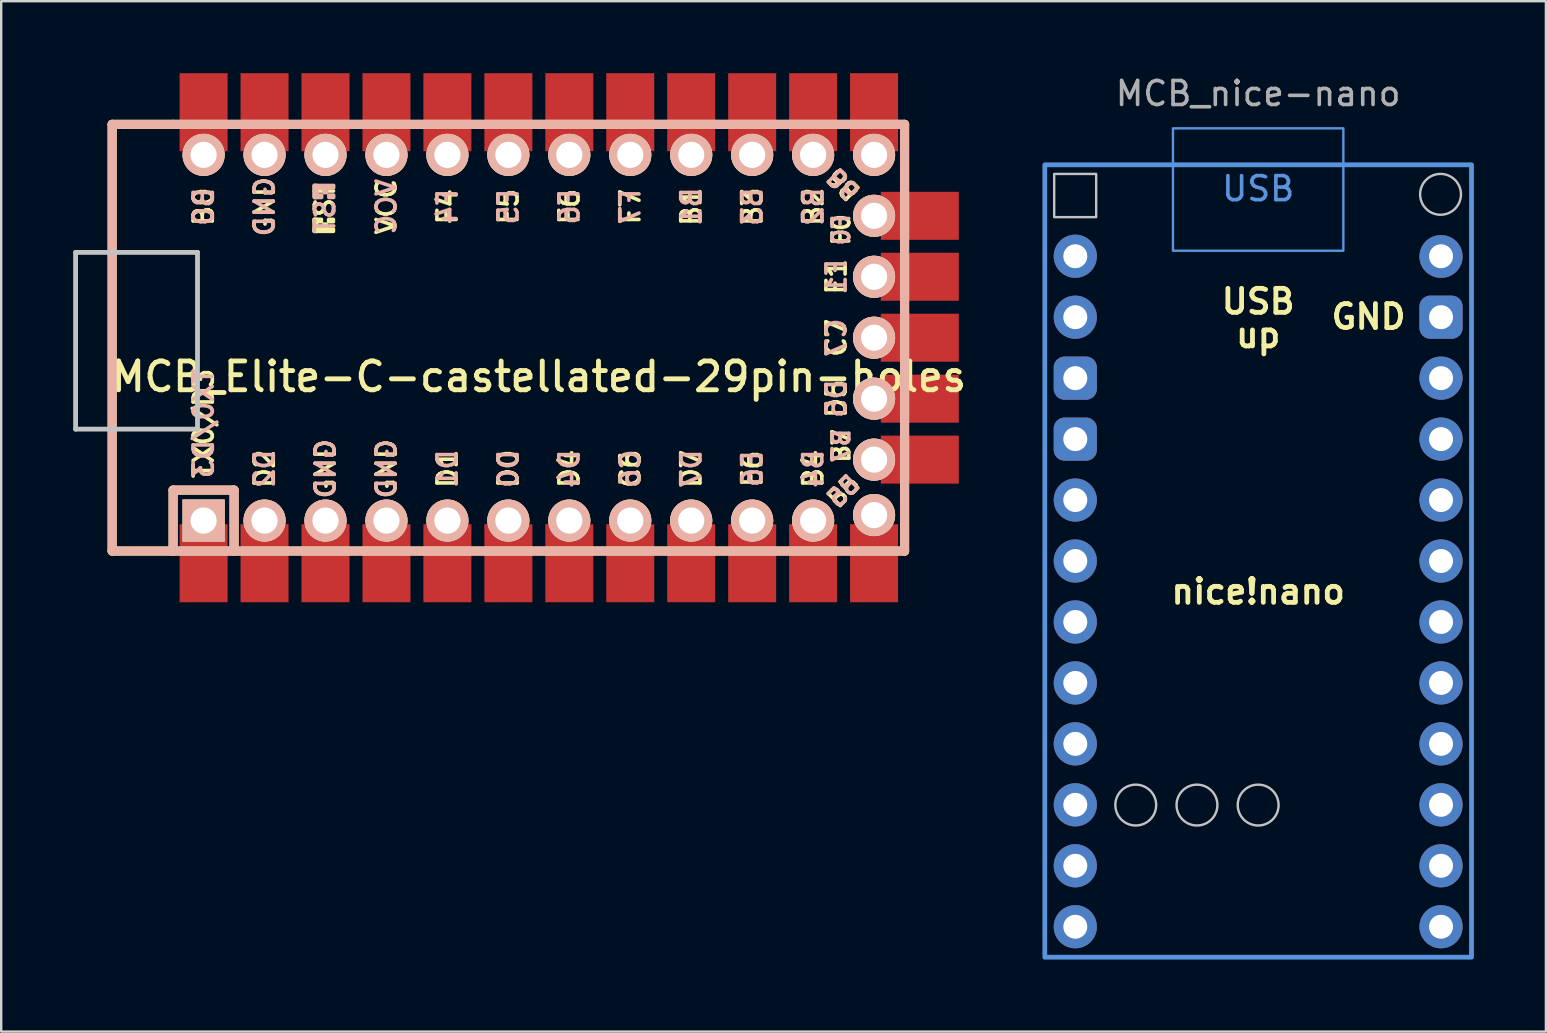
<source format=kicad_pcb>
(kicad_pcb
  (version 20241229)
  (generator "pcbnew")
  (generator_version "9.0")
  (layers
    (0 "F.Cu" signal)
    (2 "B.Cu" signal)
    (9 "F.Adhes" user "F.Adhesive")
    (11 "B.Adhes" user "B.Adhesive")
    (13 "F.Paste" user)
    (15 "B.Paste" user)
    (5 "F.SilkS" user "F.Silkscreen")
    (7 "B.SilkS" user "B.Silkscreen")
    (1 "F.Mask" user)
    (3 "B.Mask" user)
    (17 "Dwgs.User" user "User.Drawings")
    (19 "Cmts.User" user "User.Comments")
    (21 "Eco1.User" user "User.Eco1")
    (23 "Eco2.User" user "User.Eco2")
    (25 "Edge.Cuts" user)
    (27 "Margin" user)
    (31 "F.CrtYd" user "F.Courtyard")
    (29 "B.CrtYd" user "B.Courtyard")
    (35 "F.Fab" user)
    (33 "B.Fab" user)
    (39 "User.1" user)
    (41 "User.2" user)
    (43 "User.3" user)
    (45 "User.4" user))
  (footprint "MCB_nice-nano"
    (layer "F.Cu")
    (at 49.379 21.598)
    (property "Reference" "MCB_nice-nano" (at 0 -20.75 0) (layer "F.Fab") (effects (font (size 1 1) (thickness 0.15))))
    (attr through_hole exclude_from_pos_files exclude_from_bom)
    (fp_rect (start -8.5 -17.4) (end -6.75 -15.6) (stroke (width 0.1) (type solid)) (fill no) (layer "Dwgs.User"))
    (fp_circle (center -5.101 8.9) (end -4.25 8.9) (stroke (width 0.1) (type solid)) (fill no) (layer "Dwgs.User"))
    (fp_circle (center -2.55 8.9) (end -1.699 8.9) (stroke (width 0.1) (type solid)) (fill no) (layer "Dwgs.User"))
    (fp_circle (center 0 8.9) (end 0.851 8.9) (stroke (width 0.1) (type solid)) (fill no) (layer "Dwgs.User"))
    (fp_circle (center 7.6 -16.55) (end 8.451 -16.55) (stroke (width 0.1) (type solid)) (fill no) (layer "Dwgs.User"))
    (fp_rect (start -3.55 -19.3) (end 3.55 -14.2) (stroke (width 0.1) (type default)) (fill no) (layer "Cmts.User"))
    (fp_rect (start 8.89 -17.78) (end -8.89 15.24) (stroke (width 0.2) (type solid)) (fill no) (layer "Cmts.User"))
    (fp_text user "USB" (at 0 -11.5 0) (unlocked yes) (layer "F.SilkS") (effects (font (size 1 1) (thickness 0.2) (bold yes)) (justify bottom)))
    (fp_text user "GND" (at 4.6 -11.45 0) (layer "F.SilkS") (effects (font (size 1 1) (thickness 0.2) (bold yes))))
    (fp_text user "up" (at 0 -10.1 0) (unlocked yes) (layer "F.SilkS") (effects (font (size 1 1) (thickness 0.2) (bold yes)) (justify bottom)))
    (fp_text user "nice!nano" (at 0 0 0) (unlocked yes) (layer "F.SilkS") (effects (font (size 1 1) (thickness 0.2) (bold yes))))
    (fp_text user "USB" (at 0 -16.2 0) (layer "Cmts.User") (effects (font (size 1 1) (thickness 0.15)) (justify bottom)))
    (pad "1" thru_hole circle (at -7.62 -13.97) (size 1.8 1.8) (drill 1) (layers "*.Cu" "B.Mask"))
    (pad "2" thru_hole circle (at -7.62 -11.43) (size 1.8 1.8) (drill 1) (layers "*.Cu" "B.Mask"))
    (pad "3" thru_hole roundrect (at -7.62 -8.89) (size 1.8 1.8) (drill 1) (layers "*.Cu" "B.Mask") (roundrect_rratio 0.25))
    (pad "4" thru_hole roundrect (at -7.62 -6.35) (size 1.8 1.8) (drill 1) (layers "*.Cu" "B.Mask") (roundrect_rratio 0.25))
    (pad "5" thru_hole circle (at -7.62 -3.81) (size 1.8 1.8) (drill 1) (layers "*.Cu" "B.Mask"))
    (pad "6" thru_hole circle (at -7.62 -1.27) (size 1.8 1.8) (drill 1) (layers "*.Cu" "B.Mask"))
    (pad "7" thru_hole circle (at -7.62 1.27) (size 1.8 1.8) (drill 1) (layers "*.Cu" "B.Mask"))
    (pad "8" thru_hole circle (at -7.62 3.81) (size 1.8 1.8) (drill 1) (layers "*.Cu" "B.Mask"))
    (pad "9" thru_hole circle (at -7.62 6.35) (size 1.8 1.8) (drill 1) (layers "*.Cu" "B.Mask"))
    (pad "10" thru_hole circle (at -7.62 8.89) (size 1.8 1.8) (drill 1) (layers "*.Cu" "B.Mask"))
    (pad "11" thru_hole circle (at -7.62 11.43) (size 1.8 1.8) (drill 1) (layers "*.Cu" "B.Mask"))
    (pad "12" thru_hole circle (at -7.62 13.97) (size 1.8 1.8) (drill 1) (layers "*.Cu" "B.Mask"))
    (pad "13" thru_hole circle (at 7.62 13.97) (size 1.8 1.8) (drill 1) (layers "*.Cu" "B.Mask"))
    (pad "14" thru_hole circle (at 7.62 11.43) (size 1.8 1.8) (drill 1) (layers "*.Cu" "B.Mask"))
    (pad "15" thru_hole circle (at 7.62 8.89) (size 1.8 1.8) (drill 1) (layers "*.Cu" "B.Mask"))
    (pad "16" thru_hole circle (at 7.62 6.35) (size 1.8 1.8) (drill 1) (layers "*.Cu" "B.Mask"))
    (pad "17" thru_hole circle (at 7.62 3.81) (size 1.8 1.8) (drill 1) (layers "*.Cu" "B.Mask"))
    (pad "18" thru_hole circle (at 7.62 1.27) (size 1.8 1.8) (drill 1) (layers "*.Cu" "B.Mask"))
    (pad "19" thru_hole circle (at 7.62 -1.27) (size 1.8 1.8) (drill 1) (layers "*.Cu" "B.Mask"))
    (pad "20" thru_hole circle (at 7.62 -3.81) (size 1.8 1.8) (drill 1) (layers "*.Cu" "B.Mask"))
    (pad "21" thru_hole circle (at 7.62 -6.35) (size 1.8 1.8) (drill 1) (layers "*.Cu" "B.Mask"))
    (pad "22" thru_hole circle (at 7.62 -8.89) (size 1.8 1.8) (drill 1) (layers "*.Cu" "B.Mask"))
    (pad "23" thru_hole roundrect (at 7.62 -11.43) (size 1.8 1.8) (drill 1) (layers "*.Cu" "B.Mask") (roundrect_rratio 0.25))
    (pad "24" thru_hole oval (at 7.62 -13.97) (size 1.8 1.78) (drill 1 (offset 0 0.01)) (layers "*.Cu" "B.Mask")))
  (footprint "MCB_Elite-C-castellated-29pin-holes"
    (layer "F.Cu")
    (at 19.404 11.023)
    (property "Reference" "MCB_Elite-C-castellated-29pin-holes" (at 0 1.625 0) (layer "F.SilkS") (effects (font (size 1.2 1.2) (thickness 0.203))))
    (attr through_hole)
    (fp_line (start -17.78 -8.89) (end -17.78 8.89) (stroke (width 0.381) (type solid)) (layer "F.SilkS"))
    (fp_line (start -17.78 8.89) (end -15.24 8.89) (stroke (width 0.381) (type solid)) (layer "F.SilkS"))
    (fp_line (start -15.24 -8.89) (end -17.78 -8.89) (stroke (width 0.381) (type solid)) (layer "F.SilkS"))
    (fp_line (start -15.24 6.35) (end -15.24 8.89) (stroke (width 0.381) (type solid)) (layer "F.SilkS"))
    (fp_line (start -15.24 6.35) (end -12.7 6.35) (stroke (width 0.381) (type solid)) (layer "F.SilkS"))
    (fp_line (start -15.24 8.89) (end 15.24 8.89) (stroke (width 0.381) (type solid)) (layer "F.SilkS"))
    (fp_line (start -12.7 6.35) (end -12.7 8.89) (stroke (width 0.381) (type solid)) (layer "F.SilkS"))
    (fp_line (start 15.24 -8.89) (end -15.24 -8.89) (stroke (width 0.381) (type solid)) (layer "F.SilkS"))
    (fp_line (start 15.24 8.89) (end 15.24 -8.89) (stroke (width 0.381) (type solid)) (layer "F.SilkS"))
    (fp_poly (pts (xy -9.361 -4.932) (xy -9.261 -4.932) (xy -9.261 -4.432) (xy -9.361 -4.432)) (stroke (width 0.15) (type solid)) (fill yes) (layer "F.SilkS"))
    (fp_poly (pts (xy -9.361 -4.932) (xy -9.061 -4.932) (xy -9.061 -4.832) (xy -9.361 -4.832)) (stroke (width 0.15) (type solid)) (fill yes) (layer "F.SilkS"))
    (fp_poly (pts (xy -9.361 -4.532) (xy -8.561 -4.532) (xy -8.561 -4.432) (xy -9.361 -4.432)) (stroke (width 0.15) (type solid)) (fill yes) (layer "F.SilkS"))
    (fp_poly (pts (xy -8.961 -4.732) (xy -8.861 -4.732) (xy -8.861 -4.632) (xy -8.961 -4.632)) (stroke (width 0.15) (type solid)) (fill yes) (layer "F.SilkS"))
    (fp_poly (pts (xy -8.761 -4.932) (xy -8.561 -4.932) (xy -8.561 -4.832) (xy -8.761 -4.832)) (stroke (width 0.15) (type solid)) (fill yes) (layer "F.SilkS"))
    (fp_line (start -17.78 -8.89) (end -17.78 8.89) (stroke (width 0.381) (type solid)) (layer "B.SilkS"))
    (fp_line (start -17.78 8.89) (end 15.24 8.89) (stroke (width 0.381) (type solid)) (layer "B.SilkS"))
    (fp_line (start -15.24 6.35) (end -15.24 8.89) (stroke (width 0.381) (type solid)) (layer "B.SilkS"))
    (fp_line (start -15.24 6.35) (end -12.7 6.35) (stroke (width 0.381) (type solid)) (layer "B.SilkS"))
    (fp_line (start -12.7 6.35) (end -12.7 8.89) (stroke (width 0.381) (type solid)) (layer "B.SilkS"))
    (fp_line (start 15.24 -8.89) (end -17.78 -8.89) (stroke (width 0.381) (type solid)) (layer "B.SilkS"))
    (fp_line (start 15.24 8.89) (end 15.24 -8.89) (stroke (width 0.381) (type solid)) (layer "B.SilkS"))
    (fp_poly (pts (xy -9.351 -6.245) (xy -8.551 -6.245) (xy -8.551 -6.345) (xy -9.351 -6.345)) (stroke (width 0.15) (type solid)) (fill yes) (layer "B.SilkS"))
    (fp_poly (pts (xy -9.351 -5.845) (xy -9.251 -5.845) (xy -9.251 -6.345) (xy -9.351 -6.345)) (stroke (width 0.15) (type solid)) (fill yes) (layer "B.SilkS"))
    (fp_poly (pts (xy -9.351 -5.845) (xy -9.051 -5.845) (xy -9.051 -5.945) (xy -9.351 -5.945)) (stroke (width 0.15) (type solid)) (fill yes) (layer "B.SilkS"))
    (fp_poly (pts (xy -8.951 -6.045) (xy -8.851 -6.045) (xy -8.851 -6.145) (xy -8.951 -6.145)) (stroke (width 0.15) (type solid)) (fill yes) (layer "B.SilkS"))
    (fp_poly (pts (xy -8.751 -5.845) (xy -8.551 -5.845) (xy -8.551 -5.945) (xy -8.751 -5.945)) (stroke (width 0.15) (type solid)) (fill yes) (layer "B.SilkS"))
    (fp_line (start -19.304 -3.556) (end -14.224 -3.556) (stroke (width 0.2) (type solid)) (layer "Dwgs.User"))
    (fp_line (start -19.304 3.81) (end -19.304 -3.556) (stroke (width 0.2) (type solid)) (layer "Dwgs.User"))
    (fp_line (start -14.224 -3.556) (end -14.224 3.81) (stroke (width 0.2) (type solid)) (layer "Dwgs.User"))
    (fp_line (start -14.224 3.81) (end -19.304 3.81) (stroke (width 0.2) (type solid)) (layer "Dwgs.User"))
    (fp_text user "D0" (at -1.27 5.461 90) (layer "F.SilkS") (effects (font (size 0.8 0.8) (thickness 0.15))))
    (fp_text user "B7" (at 12.6 4.5 90) (layer "F.SilkS") (effects (font (size 0.7 0.7) (thickness 0.15))))
    (fp_text user "D1" (at -3.81 5.461 90) (layer "F.SilkS") (effects (font (size 0.8 0.8) (thickness 0.15))))
    (fp_text user "E6" (at 8.89 5.461 90) (layer "F.SilkS") (effects (font (size 0.8 0.8) (thickness 0.15))))
    (fp_text user "D4" (at 1.27 5.461 90) (layer "F.SilkS") (effects (font (size 0.8 0.8) (thickness 0.15))))
    (fp_text user "TX0/D3" (at -13.97 3.572 90) (layer "F.SilkS") (effects (font (size 0.8 0.8) (thickness 0.15))))
    (fp_text user "F7" (at 3.81 -5.461 90) (layer "F.SilkS") (effects (font (size 0.8 0.8) (thickness 0.15))))
    (fp_text user "VCC" (at -6.35 -5.461 90) (layer "F.SilkS") (effects (font (size 0.8 0.8) (thickness 0.15))))
    (fp_text user "F6" (at 1.27 -5.461 90) (layer "F.SilkS") (effects (font (size 0.8 0.8) (thickness 0.15))))
    (fp_text user "B0" (at -13.97 -5.461 90) (layer "F.SilkS") (effects (font (size 0.8 0.8) (thickness 0.15))))
    (fp_text user "F5" (at -1.27 -5.461 90) (layer "F.SilkS") (effects (font (size 0.8 0.8) (thickness 0.15))))
    (fp_text user "GND" (at -11.43 -5.461 90) (layer "F.SilkS") (effects (font (size 0.8 0.8) (thickness 0.15))))
    (fp_text user "F1" (at 12.4 -2.54 90) (layer "F.SilkS") (effects (font (size 0.8 0.8) (thickness 0.15))))
    (fp_text user "F4" (at -3.81 -5.461 90) (layer "F.SilkS") (effects (font (size 0.8 0.8) (thickness 0.15))))
    (fp_text user "B1" (at 6.35 -5.461 90) (layer "F.SilkS") (effects (font (size 0.8 0.8) (thickness 0.15))))
    (fp_text user "D2" (at -11.43 5.461 90) (layer "F.SilkS") (effects (font (size 0.8 0.8) (thickness 0.15))))
    (fp_text user "F0" (at 12.6 -4.5 90) (layer "F.SilkS") (effects (font (size 0.7 0.7) (thickness 0.15))))
    (fp_text user "D7" (at 6.35 5.461 90) (layer "F.SilkS") (effects (font (size 0.8 0.8) (thickness 0.15))))
    (fp_text user "B2" (at 11.43 -5.461 90) (layer "F.SilkS") (effects (font (size 0.8 0.8) (thickness 0.15))))
    (fp_text user "C7" (at 12.4 0 90) (layer "F.SilkS") (effects (font (size 0.8 0.8) (thickness 0.15))))
    (fp_text user "GND" (at -8.89 5.461 90) (layer "F.SilkS") (effects (font (size 0.8 0.8) (thickness 0.15))))
    (fp_text user "B3" (at 8.89 -5.461 90) (layer "F.SilkS") (effects (font (size 0.8 0.8) (thickness 0.15))))
    (fp_text user "ST" (at -8.92 -5.733 90) (layer "F.SilkS") (effects (font (size 0.8 0.8) (thickness 0.15))))
    (fp_text user "C6" (at 3.81 5.461 90) (layer "F.SilkS") (effects (font (size 0.8 0.8) (thickness 0.15))))
    (fp_text user "GND" (at -6.35 5.461 90) (layer "F.SilkS") (effects (font (size 0.8 0.8) (thickness 0.15))))
    (fp_text user "B4" (at 11.43 5.461 90) (layer "F.SilkS") (effects (font (size 0.8 0.8) (thickness 0.15))))
    (fp_text user "B5" (at 12.7 6.4 45) (layer "F.SilkS") (effects (font (size 0.7 0.7) (thickness 0.15))))
    (fp_text user "D5" (at 12.4 2.54 90) (layer "F.SilkS") (effects (font (size 0.8 0.8) (thickness 0.15))))
    (fp_text user "B6" (at 12.7 -6.4 135) (unlocked yes) (layer "F.SilkS") (effects (font (size 0.7 0.7) (thickness 0.15))))
    (fp_text user "GND" (at -8.89 5.461 90) (layer "B.SilkS") (effects (font (size 0.8 0.8) (thickness 0.15)) (justify mirror)))
    (fp_text user "F1" (at 12.4 -2.54 90) (layer "B.SilkS") (effects (font (size 0.8 0.8) (thickness 0.15)) (justify mirror)))
    (fp_text user "B3" (at 8.89 -5.461 90) (layer "B.SilkS") (effects (font (size 0.8 0.8) (thickness 0.15)) (justify mirror)))
    (fp_text user "C6" (at 3.81 5.461 90) (layer "B.SilkS") (effects (font (size 0.8 0.8) (thickness 0.15)) (justify mirror)))
    (fp_text user "D2" (at -11.43 5.461 90) (layer "B.SilkS") (effects (font (size 0.8 0.8) (thickness 0.15)) (justify mirror)))
    (fp_text user "VCC" (at -6.35 -5.461 90) (layer "B.SilkS") (effects (font (size 0.8 0.8) (thickness 0.15)) (justify mirror)))
    (fp_text user "B6" (at 12.7 -6.4 135) (unlocked yes) (layer "B.SilkS") (effects (font (size 0.7 0.7) (thickness 0.15)) (justify mirror)))
    (fp_text user "D5" (at 12.4 2.54 90) (layer "B.SilkS") (effects (font (size 0.8 0.8) (thickness 0.15)) (justify mirror)))
    (fp_text user "F5" (at -1.27 -5.461 90) (layer "B.SilkS") (effects (font (size 0.8 0.8) (thickness 0.15)) (justify mirror)))
    (fp_text user "F0" (at 12.6 -4.5 90) (layer "B.SilkS") (effects (font (size 0.7 0.7) (thickness 0.15)) (justify mirror)))
    (fp_text user "B2" (at 11.43 -5.461 90) (layer "B.SilkS") (effects (font (size 0.8 0.8) (thickness 0.15)) (justify mirror)))
    (fp_text user "F7" (at 3.81 -5.461 90) (layer "B.SilkS") (effects (font (size 0.8 0.8) (thickness 0.15)) (justify mirror)))
    (fp_text user "B4" (at 11.43 5.461 90) (layer "B.SilkS") (effects (font (size 0.8 0.8) (thickness 0.15)) (justify mirror)))
    (fp_text user "TX0/D3" (at -13.97 3.572 90) (layer "B.SilkS") (effects (font (size 0.8 0.8) (thickness 0.15)) (justify mirror)))
    (fp_text user "GND" (at -11.43 -5.461 90) (layer "B.SilkS") (effects (font (size 0.8 0.8) (thickness 0.15)) (justify mirror)))
    (fp_text user "D4" (at 1.27 5.461 90) (layer "B.SilkS") (effects (font (size 0.8 0.8) (thickness 0.15)) (justify mirror)))
    (fp_text user "B7" (at 12.6 4.5 90) (layer "B.SilkS") (effects (font (size 0.7 0.7) (thickness 0.15)) (justify mirror)))
    (fp_text user "D0" (at -1.27 5.461 90) (layer "B.SilkS") (effects (font (size 0.8 0.8) (thickness 0.15)) (justify mirror)))
    (fp_text user "B1" (at 6.35 -5.461 90) (layer "B.SilkS") (effects (font (size 0.8 0.8) (thickness 0.15)) (justify mirror)))
    (fp_text user "GND" (at -6.35 5.461 90) (layer "B.SilkS") (effects (font (size 0.8 0.8) (thickness 0.15)) (justify mirror)))
    (fp_text user "ST" (at -8.91 -5.04 90) (layer "B.SilkS") (effects (font (size 0.8 0.8) (thickness 0.15)) (justify mirror)))
    (fp_text user "D1" (at -3.81 5.461 90) (layer "B.SilkS") (effects (font (size 0.8 0.8) (thickness 0.15)) (justify mirror)))
    (fp_text user "B0" (at -13.97 -5.461 90) (layer "B.SilkS") (effects (font (size 0.8 0.8) (thickness 0.15)) (justify mirror)))
    (fp_text user "C7" (at 12.4 0 90) (layer "B.SilkS") (effects (font (size 0.8 0.8) (thickness 0.15)) (justify mirror)))
    (fp_text user "F4" (at -3.81 -5.461 90) (layer "B.SilkS") (effects (font (size 0.8 0.8) (thickness 0.15)) (justify mirror)))
    (fp_text user "E6" (at 8.89 5.461 90) (layer "B.SilkS") (effects (font (size 0.8 0.8) (thickness 0.15)) (justify mirror)))
    (fp_text user "B5" (at 12.7 6.4 45) (layer "B.SilkS") (effects (font (size 0.7 0.7) (thickness 0.15)) (justify mirror)))
    (fp_text user "F6" (at 1.27 -5.461 90) (layer "B.SilkS") (effects (font (size 0.8 0.8) (thickness 0.15)) (justify mirror)))
    (fp_text user "D7" (at 6.35 5.461 90) (layer "B.SilkS") (effects (font (size 0.8 0.8) (thickness 0.15)) (justify mirror)))
    (pad "1" thru_hole rect (at -13.97 7.62) (size 1.753 1.753) (drill 1.092) (layers "*.Cu" "*.SilkS" "*.Mask"))
    (pad "1" smd rect (at -13.97 9.398) (size 2 3.25) (layers "F.Cu" "F.Mask" "F.Paste"))
    (pad "2" thru_hole circle (at -11.43 7.62) (size 1.753 1.753) (drill 1.092) (layers "*.Cu" "*.SilkS" "*.Mask"))
    (pad "2" smd rect (at -11.43 9.398) (size 2 3.25) (layers "F.Cu" "F.Mask" "F.Paste"))
    (pad "3" thru_hole circle (at -8.89 7.62) (size 1.753 1.753) (drill 1.092) (layers "*.Cu" "*.SilkS" "*.Mask"))
    (pad "3" smd rect (at -8.89 9.398) (size 2 3.25) (layers "F.Cu" "F.Mask" "F.Paste"))
    (pad "4" thru_hole circle (at -6.35 7.62) (size 1.753 1.753) (drill 1.092) (layers "*.Cu" "*.SilkS" "*.Mask"))
    (pad "4" smd rect (at -6.35 9.398) (size 2 3.25) (layers "F.Cu" "F.Mask" "F.Paste"))
    (pad "5" thru_hole circle (at -3.81 7.62) (size 1.753 1.753) (drill 1.092) (layers "*.Cu" "*.SilkS" "*.Mask"))
    (pad "5" smd rect (at -3.81 9.398) (size 2 3.25) (layers "F.Cu" "F.Mask" "F.Paste"))
    (pad "6" thru_hole circle (at -1.27 7.62) (size 1.753 1.753) (drill 1.092) (layers "*.Cu" "*.SilkS" "*.Mask"))
    (pad "6" smd rect (at -1.27 9.398) (size 2 3.25) (layers "F.Cu" "F.Mask" "F.Paste"))
    (pad "7" thru_hole circle (at 1.27 7.62) (size 1.753 1.753) (drill 1.092) (layers "*.Cu" "*.SilkS" "*.Mask"))
    (pad "7" smd rect (at 1.27 9.398) (size 2 3.25) (layers "F.Cu" "F.Mask" "F.Paste"))
    (pad "8" thru_hole circle (at 3.81 7.62) (size 1.753 1.753) (drill 1.092) (layers "*.Cu" "*.SilkS" "*.Mask"))
    (pad "8" smd rect (at 3.81 9.398) (size 2 3.25) (layers "F.Cu" "F.Mask" "F.Paste"))
    (pad "9" thru_hole circle (at 6.35 7.62) (size 1.753 1.753) (drill 1.092) (layers "*.Cu" "*.SilkS" "*.Mask"))
    (pad "9" smd rect (at 6.35 9.398) (size 2 3.25) (layers "F.Cu" "F.Mask" "F.Paste"))
    (pad "10" thru_hole circle (at 8.89 7.62) (size 1.753 1.753) (drill 1.092) (layers "*.Cu" "*.SilkS" "*.Mask"))
    (pad "10" smd rect (at 8.89 9.398) (size 2 3.25) (layers "F.Cu" "F.Mask" "F.Paste"))
    (pad "11" thru_hole circle (at 11.43 7.62) (size 1.753 1.753) (drill 1.092) (layers "*.Cu" "*.SilkS" "*.Mask"))
    (pad "11" smd rect (at 11.43 9.398) (size 2 3.25) (layers "F.Cu" "F.Mask" "F.Paste"))
    (pad "12" thru_hole circle (at 13.97 7.391) (size 1.753 1.753) (drill 1.092) (layers "*.Cu" "*.SilkS" "*.Mask"))
    (pad "12" smd rect (at 13.97 9.398) (size 2 3.25) (layers "F.Cu" "F.Mask" "F.Paste"))
    (pad "13" smd rect (at 13.97 -9.398) (size 2 3.25) (layers "F.Cu" "F.Mask" "F.Paste"))
    (pad "13" thru_hole circle (at 13.97 -7.62) (size 1.753 1.753) (drill 1.092) (layers "*.Cu" "*.SilkS" "*.Mask"))
    (pad "14" smd rect (at 11.43 -9.398) (size 2 3.25) (layers "F.Cu" "F.Mask" "F.Paste"))
    (pad "14" thru_hole circle (at 11.43 -7.62) (size 1.753 1.753) (drill 1.092) (layers "*.Cu" "*.SilkS" "*.Mask"))
    (pad "15" smd rect (at 8.89 -9.398) (size 2 3.25) (layers "F.Cu" "F.Mask" "F.Paste"))
    (pad "15" thru_hole circle (at 8.89 -7.62) (size 1.753 1.753) (drill 1.092) (layers "*.Cu" "*.SilkS" "*.Mask"))
    (pad "16" smd rect (at 6.35 -9.398) (size 2 3.25) (layers "F.Cu" "F.Mask" "F.Paste"))
    (pad "16" thru_hole circle (at 6.35 -7.62) (size 1.753 1.753) (drill 1.092) (layers "*.Cu" "*.SilkS" "*.Mask"))
    (pad "17" smd rect (at 3.81 -9.398) (size 2 3.25) (layers "F.Cu" "F.Mask" "F.Paste"))
    (pad "17" thru_hole circle (at 3.81 -7.62) (size 1.753 1.753) (drill 1.092) (layers "*.Cu" "*.SilkS" "*.Mask"))
    (pad "18" smd rect (at 1.27 -9.398) (size 2 3.25) (layers "F.Cu" "F.Mask" "F.Paste"))
    (pad "18" thru_hole circle (at 1.27 -7.62) (size 1.753 1.753) (drill 1.092) (layers "*.Cu" "*.SilkS" "*.Mask"))
    (pad "19" smd rect (at -1.27 -9.398) (size 2 3.25) (layers "F.Cu" "F.Mask" "F.Paste"))
    (pad "19" thru_hole circle (at -1.27 -7.62) (size 1.753 1.753) (drill 1.092) (layers "*.Cu" "*.SilkS" "*.Mask"))
    (pad "20" smd rect (at -3.81 -9.398) (size 2 3.25) (layers "F.Cu" "F.Mask" "F.Paste"))
    (pad "20" thru_hole circle (at -3.81 -7.62) (size 1.753 1.753) (drill 1.092) (layers "*.Cu" "*.SilkS" "*.Mask"))
    (pad "21" smd rect (at -6.35 -9.398) (size 2 3.25) (layers "F.Cu" "F.Mask" "F.Paste"))
    (pad "21" thru_hole circle (at -6.35 -7.62) (size 1.753 1.753) (drill 1.092) (layers "*.Cu" "*.SilkS" "*.Mask"))
    (pad "22" smd rect (at -8.89 -9.398) (size 2 3.25) (layers "F.Cu" "F.Mask" "F.Paste"))
    (pad "22" thru_hole circle (at -8.89 -7.62) (size 1.753 1.753) (drill 1.092) (layers "*.Cu" "*.SilkS" "*.Mask"))
    (pad "23" smd rect (at -11.43 -9.398) (size 2 3.25) (layers "F.Cu" "F.Mask" "F.Paste"))
    (pad "23" thru_hole circle (at -11.43 -7.62) (size 1.753 1.753) (drill 1.092) (layers "*.Cu" "*.SilkS" "*.Mask"))
    (pad "24" smd rect (at -13.97 -9.398) (size 2 3.25) (layers "F.Cu" "F.Mask" "F.Paste"))
    (pad "24" thru_hole circle (at -13.97 -7.62) (size 1.753 1.753) (drill 1.092) (layers "*.Cu" "*.SilkS" "*.Mask"))
    (pad "25" thru_hole circle (at 13.97 5.08) (size 1.753 1.753) (drill 1.092) (layers "*.Cu" "*.SilkS" "*.Mask"))
    (pad "25" smd rect (at 15.875 5.08 90) (size 2 3.25) (layers "F.Cu" "F.Mask" "F.Paste"))
    (pad "26" thru_hole circle (at 13.97 2.54) (size 1.753 1.753) (drill 1.092) (layers "*.Cu" "*.SilkS" "*.Mask"))
    (pad "26" smd rect (at 15.875 2.54 90) (size 2 3.25) (layers "F.Cu" "F.Mask" "F.Paste"))
    (pad "27" thru_hole circle (at 13.97 0) (size 1.753 1.753) (drill 1.092) (layers "*.Cu" "*.SilkS" "*.Mask"))
    (pad "27" smd rect (at 15.875 0 90) (size 2 3.25) (layers "F.Cu" "F.Mask" "F.Paste"))
    (pad "28" thru_hole circle (at 13.97 -2.54) (size 1.753 1.753) (drill 1.092) (layers "*.Cu" "*.SilkS" "*.Mask"))
    (pad "28" smd rect (at 15.875 -2.54 90) (size 2 3.25) (layers "F.Cu" "F.Mask" "F.Paste"))
    (pad "29" thru_hole circle (at 13.97 -5.08) (size 1.753 1.753) (drill 1.092) (layers "*.Cu" "*.SilkS" "*.Mask"))
    (pad "29" smd rect (at 15.875 -5.08 90) (size 2 3.25) (layers "F.Cu" "F.Mask" "F.Paste")))
  (gr_rect
    (start -3 -3)
    (end 61.369 39.938)
    (stroke (width 0.1) (type default))
    (fill no)
    (layer "Edge.Cuts")))
</source>
